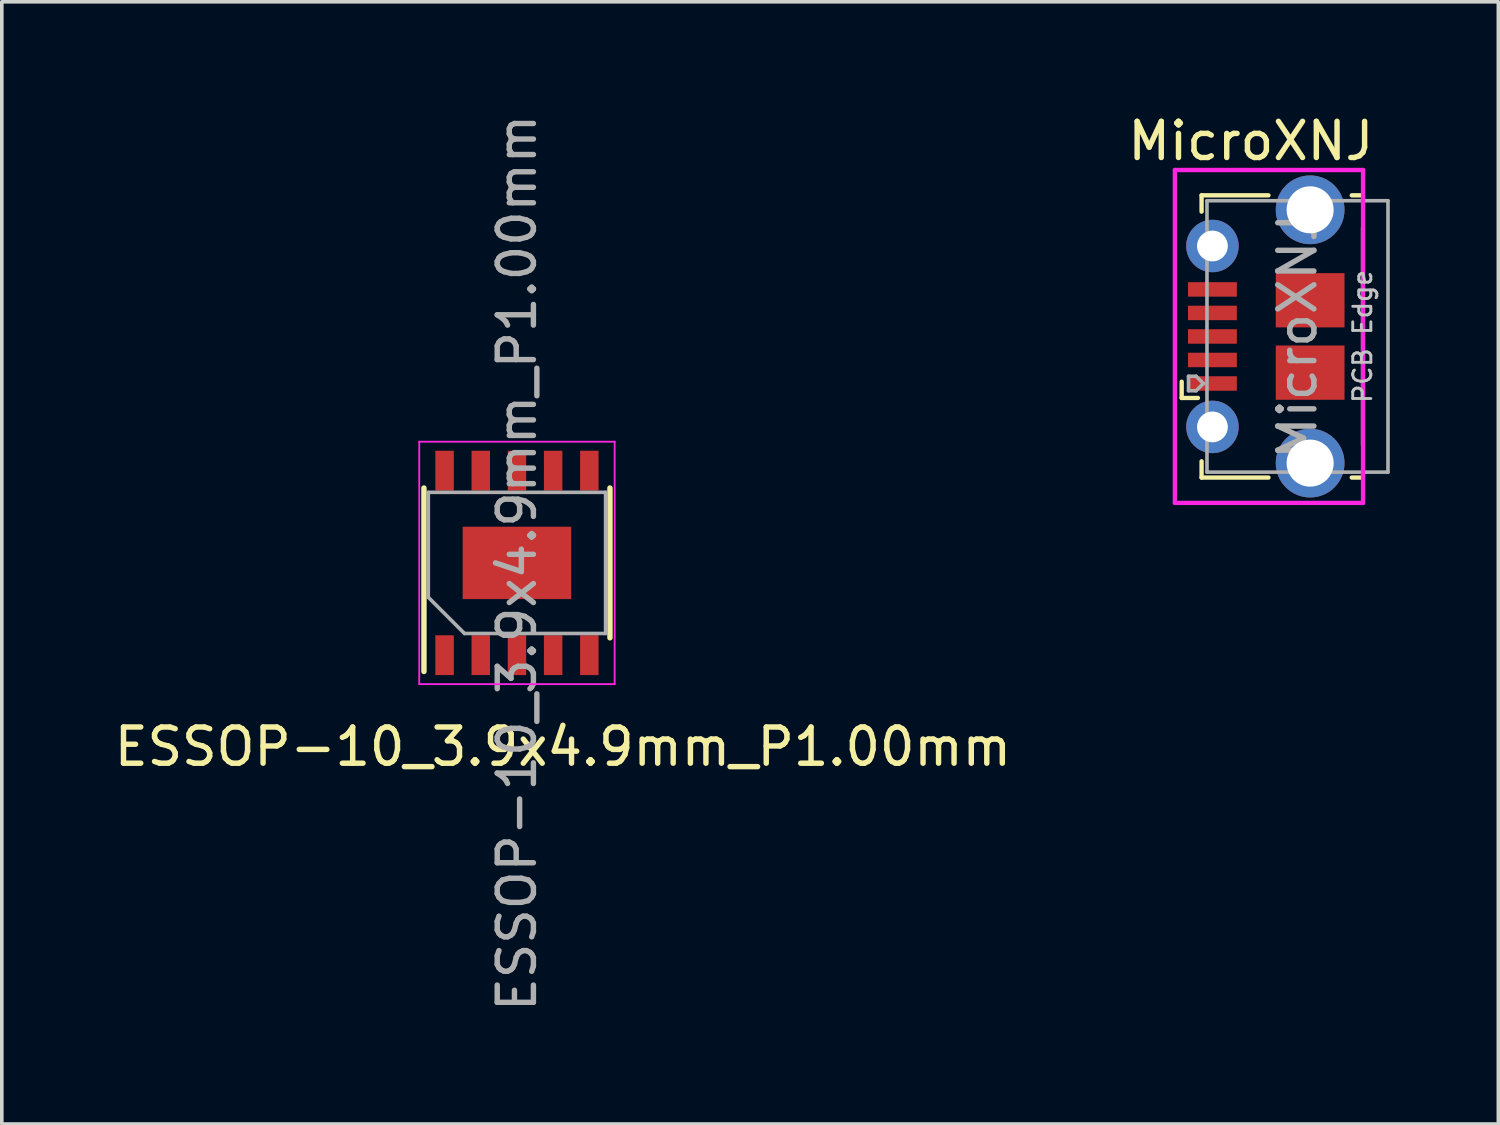
<source format=kicad_pcb>
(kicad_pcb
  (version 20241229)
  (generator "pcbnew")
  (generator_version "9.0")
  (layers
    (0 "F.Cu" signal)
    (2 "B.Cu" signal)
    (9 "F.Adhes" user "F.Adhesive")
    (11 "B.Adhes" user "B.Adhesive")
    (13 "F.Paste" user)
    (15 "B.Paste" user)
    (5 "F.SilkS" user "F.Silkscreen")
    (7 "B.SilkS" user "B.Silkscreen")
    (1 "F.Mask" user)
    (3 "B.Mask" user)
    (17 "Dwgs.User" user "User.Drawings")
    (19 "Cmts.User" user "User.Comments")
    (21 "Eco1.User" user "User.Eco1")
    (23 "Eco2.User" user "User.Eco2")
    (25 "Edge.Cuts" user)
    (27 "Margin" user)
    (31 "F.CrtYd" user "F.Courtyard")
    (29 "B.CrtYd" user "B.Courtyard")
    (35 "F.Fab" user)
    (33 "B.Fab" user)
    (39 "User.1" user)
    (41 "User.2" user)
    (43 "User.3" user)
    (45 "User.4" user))
  (footprint "ESSOP-10_3.9x4.9mm_P1.00mm"
    (layer "F.Cu")
    (at 11.236 12.506)
    (property "Reference" "ESSOP-10_3.9x4.9mm_P1.00mm" (at 1.27 5.08 180) (layer "F.SilkS") (effects (font (size 1 1) (thickness 0.15))))
    (attr smd)
    (fp_line (start -2.57 3) (end -2.57 -2.07) (stroke (width 0.15) (type solid)) (layer "F.SilkS"))
    (fp_line (start 2.57 2.07) (end 2.57 -2.07) (stroke (width 0.15) (type solid)) (layer "F.SilkS"))
    (fp_line (start -2.7 -3.35) (end 2.7 -3.35) (stroke (width 0.05) (type solid)) (layer "F.CrtYd"))
    (fp_line (start -2.7 3.35) (end -2.7 -3.35) (stroke (width 0.05) (type solid)) (layer "F.CrtYd"))
    (fp_line (start -2.7 3.35) (end 2.7 3.35) (stroke (width 0.05) (type solid)) (layer "F.CrtYd"))
    (fp_line (start 2.7 3.35) (end 2.7 -3.35) (stroke (width 0.05) (type solid)) (layer "F.CrtYd"))
    (fp_line (start -2.45 -1.95) (end 2.45 -1.95) (stroke (width 0.1) (type solid)) (layer "F.Fab"))
    (fp_line (start -2.45 0.95) (end -2.45 -1.95) (stroke (width 0.1) (type solid)) (layer "F.Fab"))
    (fp_line (start -1.45 1.95) (end -2.45 0.95) (stroke (width 0.1) (type solid)) (layer "F.Fab"))
    (fp_line (start 2.45 -1.95) (end 2.45 1.95) (stroke (width 0.1) (type solid)) (layer "F.Fab"))
    (fp_line (start 2.45 1.95) (end -1.45 1.95) (stroke (width 0.1) (type solid)) (layer "F.Fab"))
    (fp_text user "${REFERENCE}" (at 0 0 90) (layer "F.Fab") (effects (font (size 1 1) (thickness 0.15))))
    (pad "0" smd rect (at 0 0 90) (size 2 3) (layers "F.Cu" "F.Mask" "F.Paste"))
    (pad "1" smd rect (at -2 2.55 90) (size 1.1 0.51) (layers "F.Cu" "F.Mask" "F.Paste"))
    (pad "2" smd rect (at -1 2.55 90) (size 1.1 0.51) (layers "F.Cu" "F.Mask" "F.Paste"))
    (pad "3" smd rect (at 0 2.55 90) (size 1.1 0.51) (layers "F.Cu" "F.Mask" "F.Paste"))
    (pad "4" smd rect (at 1 2.55 90) (size 1.1 0.51) (layers "F.Cu" "F.Mask" "F.Paste"))
    (pad "5" smd rect (at 2 2.55 90) (size 1.1 0.51) (layers "F.Cu" "F.Mask" "F.Paste"))
    (pad "6" smd rect (at 2 -2.55 90) (size 1.1 0.51) (layers "F.Cu" "F.Mask" "F.Paste"))
    (pad "7" smd rect (at 1 -2.55 90) (size 1.1 0.51) (layers "F.Cu" "F.Mask" "F.Paste"))
    (pad "8" smd rect (at 0 -2.55 90) (size 1.1 0.51) (layers "F.Cu" "F.Mask" "F.Paste"))
    (pad "9" smd rect (at -1 -2.55 90) (size 1.1 0.51) (layers "F.Cu" "F.Mask" "F.Paste"))
    (pad "10" smd rect (at -2 -2.55 90) (size 1.1 0.51) (layers "F.Cu" "F.Mask" "F.Paste")))
  (footprint "MicroXNJ"
    (layer "F.Cu")
    (at 31.918 6.248)
    (property "Reference" "MicroXNJ" (at -0.4 -5.4 0) (layer "F.SilkS") (effects (font (size 1 1) (thickness 0.15))))
    (attr smd)
    (fp_line (start -2.312 1.7) (end -2.312 1.25) (stroke (width 0.12) (type solid)) (layer "F.SilkS"))
    (fp_line (start -2.312 1.7) (end -1.863 1.7) (stroke (width 0.12) (type solid)) (layer "F.SilkS"))
    (fp_line (start -1.762 -3.9) (end -1.762 -3.45) (stroke (width 0.12) (type solid)) (layer "F.SilkS"))
    (fp_line (start -1.762 3.9) (end -1.762 3.45) (stroke (width 0.12) (type solid)) (layer "F.SilkS"))
    (fp_line (start 0.087 -3.9) (end -1.762 -3.9) (stroke (width 0.12) (type solid)) (layer "F.SilkS"))
    (fp_line (start 0.087 3.9) (end -1.762 3.9) (stroke (width 0.12) (type solid)) (layer "F.SilkS"))
    (fp_line (start 2.638 -3.9) (end 2.388 -3.9) (stroke (width 0.12) (type solid)) (layer "F.SilkS"))
    (fp_line (start 2.638 3.9) (end 2.388 3.9) (stroke (width 0.12) (type solid)) (layer "F.SilkS"))
    (fp_line (start -2.5 -4.6) (end 2.7 -4.6) (stroke (width 0.12) (type solid)) (layer "F.CrtYd"))
    (fp_line (start -2.5 4.6) (end -2.5 -4.6) (stroke (width 0.12) (type solid)) (layer "F.CrtYd"))
    (fp_line (start 2.7 -4.6) (end 2.7 4.6) (stroke (width 0.12) (type solid)) (layer "F.CrtYd"))
    (fp_line (start 2.7 4.6) (end -2.5 4.6) (stroke (width 0.12) (type solid)) (layer "F.CrtYd"))
    (fp_line (start -2.123 1.1) (end -1.913 1.1) (stroke (width 0.1) (type solid)) (layer "F.Fab"))
    (fp_line (start -2.123 1.5) (end -2.123 1.1) (stroke (width 0.1) (type solid)) (layer "F.Fab"))
    (fp_line (start -2.123 1.5) (end -1.913 1.5) (stroke (width 0.1) (type solid)) (layer "F.Fab"))
    (fp_line (start -1.913 1.1) (end -1.712 1.3) (stroke (width 0.1) (type solid)) (layer "F.Fab"))
    (fp_line (start -1.712 1.3) (end -1.913 1.5) (stroke (width 0.1) (type solid)) (layer "F.Fab"))
    (fp_line (start -1.613 3.75) (end -1.613 -3.75) (stroke (width 0.1) (type solid)) (layer "F.Fab"))
    (fp_line (start 2.689 3) (end 2.689 -3) (stroke (width 0.1) (type solid)) (layer "F.Fab"))
    (fp_line (start 3.388 -3.75) (end -1.613 -3.75) (stroke (width 0.1) (type solid)) (layer "F.Fab"))
    (fp_line (start 3.388 3.75) (end -1.613 3.75) (stroke (width 0.1) (type solid)) (layer "F.Fab"))
    (fp_line (start 3.389 3.75) (end 3.389 -3.75) (stroke (width 0.1) (type solid)) (layer "F.Fab"))
    (fp_text user "PCB Edge" (at 2.688 0 90) (layer "Dwgs.User") (effects (font (size 0.5 0.5) (thickness 0.08))))
    (fp_text user "${REFERENCE}" (at 0.887 0 90) (layer "F.Fab") (effects (font (size 1 1) (thickness 0.15))))
    (pad "1" smd rect (at -1.462 1.3 90) (size 0.4 1.35) (layers "F.Cu" "F.Mask" "F.Paste"))
    (pad "2" smd rect (at -1.462 0.65 90) (size 0.4 1.35) (layers "F.Cu" "F.Mask" "F.Paste"))
    (pad "3" smd rect (at -1.462 0 90) (size 0.4 1.35) (layers "F.Cu" "F.Mask" "F.Paste"))
    (pad "4" smd rect (at -1.462 -0.65 90) (size 0.4 1.35) (layers "F.Cu" "F.Mask" "F.Paste"))
    (pad "5" smd rect (at -1.462 -1.3 90) (size 0.4 1.35) (layers "F.Cu" "F.Mask" "F.Paste"))
    (pad "6" thru_hole circle (at -1.462 -2.5 90) (size 1.45 1.45) (drill 0.85) (layers "*.Cu" "*.Mask"))
    (pad "6" thru_hole circle (at -1.462 2.5 90) (size 1.45 1.45) (drill 0.85) (layers "*.Cu" "*.Mask"))
    (pad "6" thru_hole circle (at 1.238 -3.5 90) (size 1.9 1.9) (drill 1.3) (layers "*.Cu" "*.Mask"))
    (pad "6" smd rect (at 1.238 -1 90) (size 1.5 1.9) (layers "F.Cu" "F.Mask" "F.Paste"))
    (pad "6" smd rect (at 1.238 1 90) (size 1.5 1.9) (layers "F.Cu" "F.Mask" "F.Paste"))
    (pad "6" thru_hole circle (at 1.238 3.5 270) (size 1.9 1.9) (drill 1.3) (layers "*.Cu" "*.Mask")))
  (gr_rect
    (start -3 -3)
    (end 38.357 28.012)
    (stroke (width 0.1) (type default))
    (fill no)
    (layer "Edge.Cuts")))
</source>
